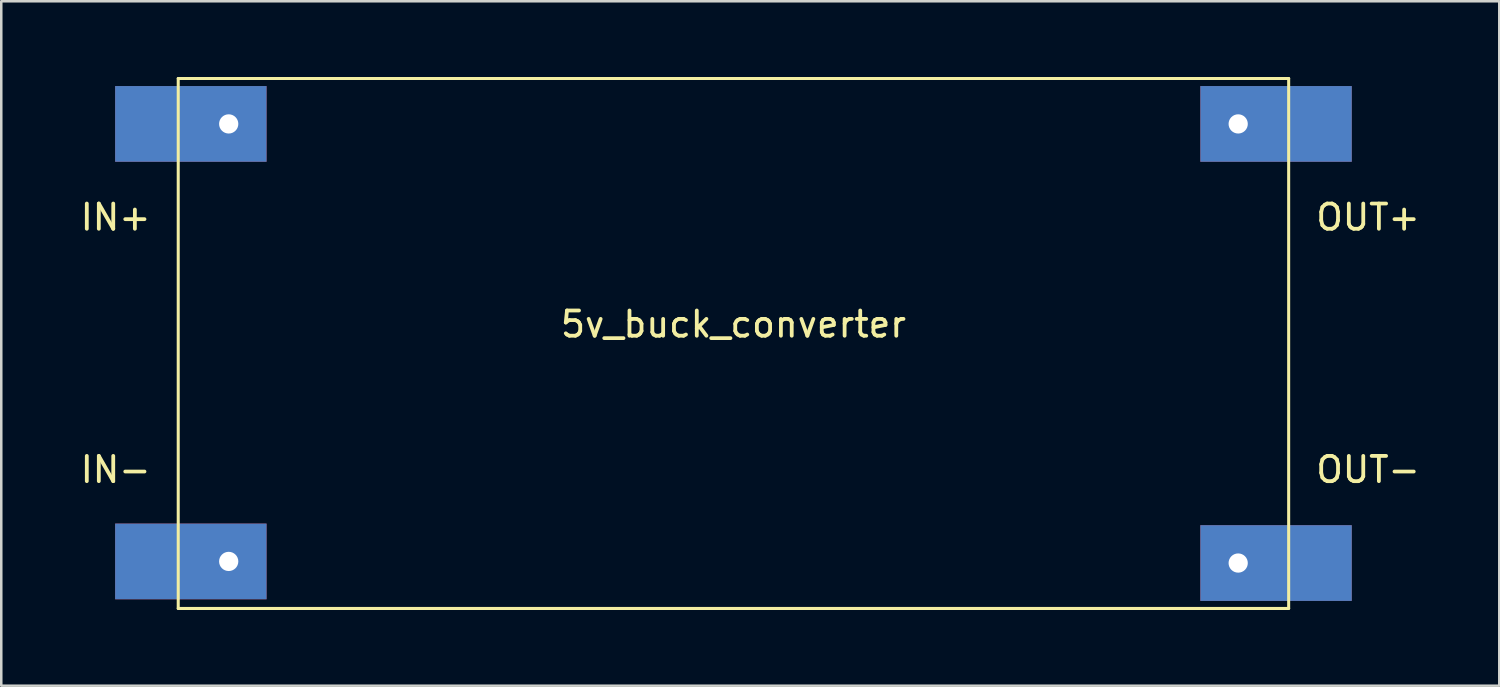
<source format=kicad_pcb>
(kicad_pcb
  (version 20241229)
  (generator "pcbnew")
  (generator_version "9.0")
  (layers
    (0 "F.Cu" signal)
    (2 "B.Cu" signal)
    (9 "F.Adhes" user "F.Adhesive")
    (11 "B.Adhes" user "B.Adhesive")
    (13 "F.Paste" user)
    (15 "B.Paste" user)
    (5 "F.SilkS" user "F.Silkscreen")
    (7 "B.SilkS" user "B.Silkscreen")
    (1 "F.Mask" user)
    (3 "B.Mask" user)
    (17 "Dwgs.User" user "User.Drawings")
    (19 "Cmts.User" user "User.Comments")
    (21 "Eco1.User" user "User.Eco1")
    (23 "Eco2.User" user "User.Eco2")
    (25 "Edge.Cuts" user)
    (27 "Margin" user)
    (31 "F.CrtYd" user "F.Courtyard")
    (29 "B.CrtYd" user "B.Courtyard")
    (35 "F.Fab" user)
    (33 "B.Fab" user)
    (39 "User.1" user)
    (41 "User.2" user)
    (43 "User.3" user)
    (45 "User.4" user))
  (footprint "5v_buck_converter"
    (layer "F.Cu")
    (at 26.012 10.56)
    (property "Reference" "5v_buck_converter" (at 0 -0.762 0) (layer "F.SilkS") (effects (font (size 1 1) (thickness 0.15))))
    (attr through_hole)
    (fp_line (start -22 -10.5) (end -22 10.5) (stroke (width 0.12) (type solid)) (layer "F.SilkS"))
    (fp_line (start -22 -10.5) (end 22 -10.5) (stroke (width 0.12) (type solid)) (layer "F.SilkS"))
    (fp_line (start -22 10.5) (end 22 10.5) (stroke (width 0.12) (type solid)) (layer "F.SilkS"))
    (fp_line (start 22 -10.5) (end 22 10.5) (stroke (width 0.12) (type solid)) (layer "F.SilkS"))
    (fp_text user "IN+" (at -23 -5 0) (layer "F.SilkS") (effects (font (size 1 1) (thickness 0.15)) (justify right)))
    (fp_text user "IN-" (at -23 5 0) (layer "F.SilkS") (effects (font (size 1 1) (thickness 0.15)) (justify right)))
    (fp_text user "OUT-" (at 23 5 0) (layer "F.SilkS") (effects (font (size 1 1) (thickness 0.15)) (justify left)))
    (fp_text user "OUT+" (at 23 -5 0) (layer "F.SilkS") (effects (font (size 1 1) (thickness 0.15)) (justify left)))
    (pad "1" thru_hole rect (at -20 -8.7) (size 6 3) (drill 0.762 (offset -1.5 0)) (layers "*.Cu" "*.Mask"))
    (pad "2" thru_hole rect (at -20 8.636) (size 6 3) (drill 0.762 (offset -1.5 0)) (layers "*.Cu" "*.Mask"))
    (pad "3" thru_hole rect (at 20 8.7) (size 6 3) (drill 0.762 (offset 1.5 0)) (layers "*.Cu" "*.Mask"))
    (pad "4" thru_hole rect (at 20 -8.7) (size 6 3) (drill 0.762 (offset 1.5 0)) (layers "*.Cu" "*.Mask")))
  (gr_rect
    (start -3 -3)
    (end 56.357 24.12)
    (stroke (width 0.1) (type default))
    (fill no)
    (layer "Edge.Cuts")))
</source>
